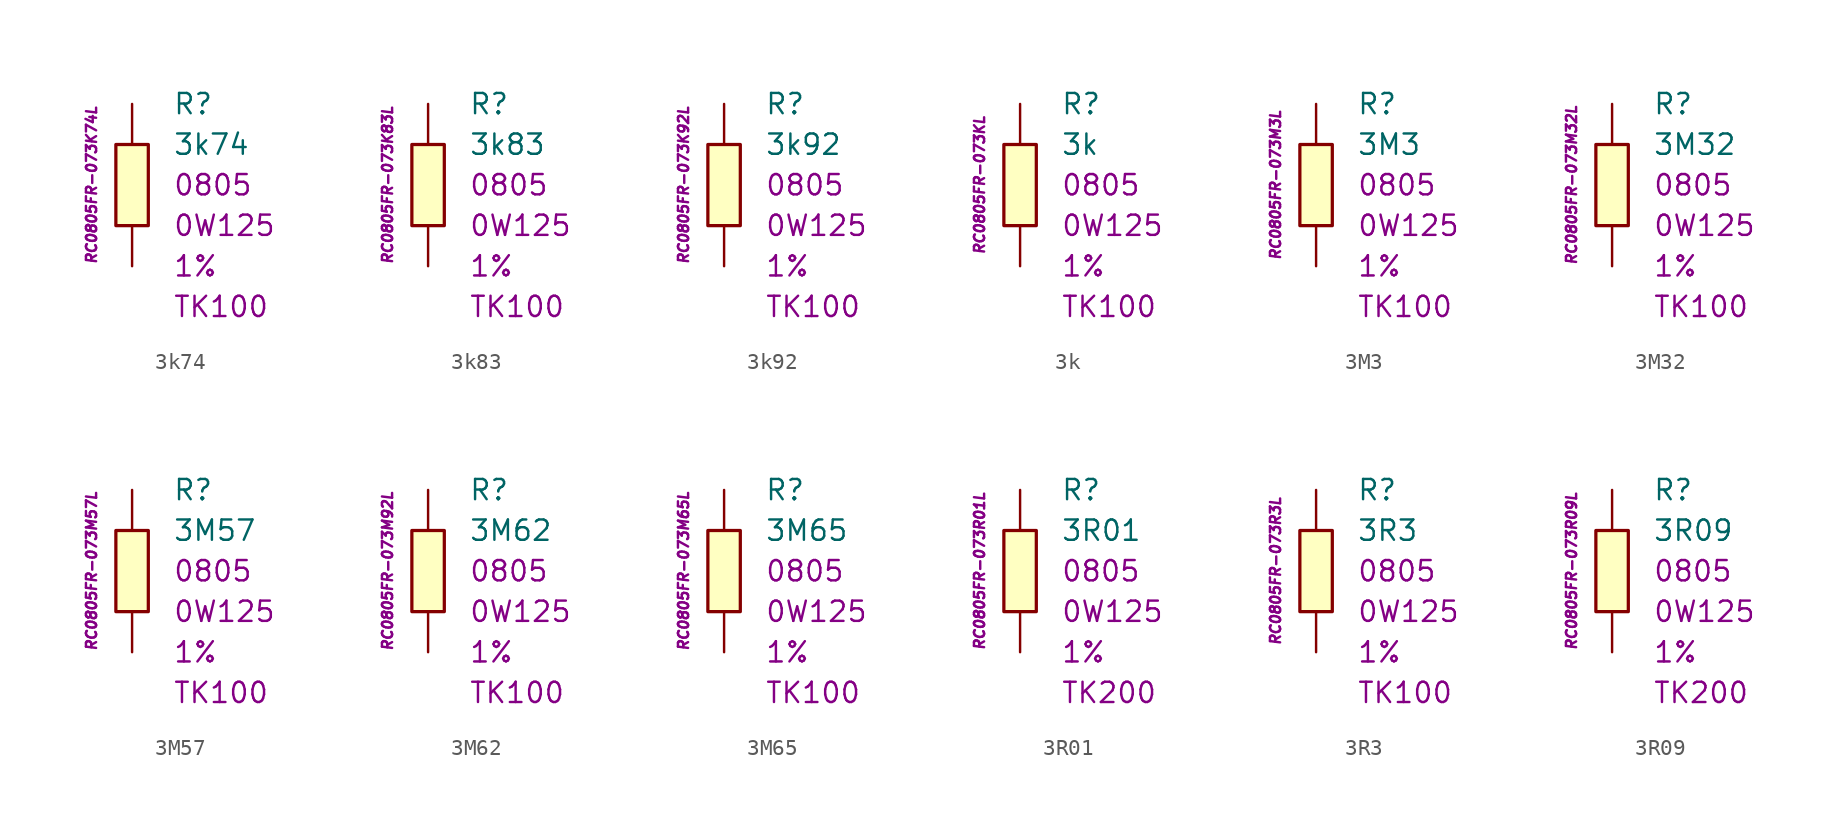
<source format=kicad_sym>
(kicad_symbol_lib
  (version 20201005)
  (generator kicad_symbol_editor)
  (symbol "3k74"
    (pin_numbers hide)
    (pin_names
      (offset 1.016) hide)
    (property "Reference" "R"
      (at 2.54 5.08 0)
      (effects (font (size 1.27 1.27)) (justify left)))
    (property "Value" "3k74"
      (at 2.54 2.54 0)
      (effects (font (size 1.27 1.27)) (justify left)))
    (property "Package" "0805"
      (at 2.54 0 0)
      (effects (font (size 1.27 1.27)) (justify left)))
    (property "Power" "0W125"
      (at 2.54 -2.54 0)
      (effects (font (size 1.27 1.27)) (justify left)))
    (property "Tolerance" "1%"
      (at 2.54 -5.08 0)
      (effects (font (size 1.27 1.27)) (justify left)))
    (property "TK" "TK100"
      (at 2.54 -7.62 0)
      (effects (font (size 1.27 1.27)) (justify left)))
    (property "ID" "RC0805FR-073K74L"
      (at -2.54 0 90)
      (effects (font (size 0.635 0.635) italic)))
    (symbol "3k74_0_1"
      (rectangle (start -1.016 2.54) (end 1.016 -2.54) (stroke (width 0.203)) (fill (type background))))
    (symbol "3k74_1_1"
      (pin passive line (at 0 5.08 270) (length 2.54) (name "~" (effects (font (size 1.778 1.778)))) (number "1" (effects (font (size 1.778 1.778)))))
      (pin passive line (at 0 -5.08 90) (length 2.54) (name "~" (effects (font (size 1.778 1.778)))) (number "2" (effects (font (size 1.778 1.778)))))))
  (symbol "3k83"
    (pin_numbers hide)
    (pin_names
      (offset 1.016) hide)
    (property "Reference" "R"
      (at 2.54 5.08 0)
      (effects (font (size 1.27 1.27)) (justify left)))
    (property "Value" "3k83"
      (at 2.54 2.54 0)
      (effects (font (size 1.27 1.27)) (justify left)))
    (property "Package" "0805"
      (at 2.54 0 0)
      (effects (font (size 1.27 1.27)) (justify left)))
    (property "Power" "0W125"
      (at 2.54 -2.54 0)
      (effects (font (size 1.27 1.27)) (justify left)))
    (property "Tolerance" "1%"
      (at 2.54 -5.08 0)
      (effects (font (size 1.27 1.27)) (justify left)))
    (property "TK" "TK100"
      (at 2.54 -7.62 0)
      (effects (font (size 1.27 1.27)) (justify left)))
    (property "ID" "RC0805FR-073K83L"
      (at -2.54 0 90)
      (effects (font (size 0.635 0.635) italic)))
    (symbol "3k83_0_1"
      (rectangle (start -1.016 2.54) (end 1.016 -2.54) (stroke (width 0.203)) (fill (type background))))
    (symbol "3k83_1_1"
      (pin passive line (at 0 5.08 270) (length 2.54) (name "~" (effects (font (size 1.778 1.778)))) (number "1" (effects (font (size 1.778 1.778)))))
      (pin passive line (at 0 -5.08 90) (length 2.54) (name "~" (effects (font (size 1.778 1.778)))) (number "2" (effects (font (size 1.778 1.778)))))))
  (symbol "3k92"
    (pin_numbers hide)
    (pin_names
      (offset 1.016) hide)
    (property "Reference" "R"
      (at 2.54 5.08 0)
      (effects (font (size 1.27 1.27)) (justify left)))
    (property "Value" "3k92"
      (at 2.54 2.54 0)
      (effects (font (size 1.27 1.27)) (justify left)))
    (property "Package" "0805"
      (at 2.54 0 0)
      (effects (font (size 1.27 1.27)) (justify left)))
    (property "Power" "0W125"
      (at 2.54 -2.54 0)
      (effects (font (size 1.27 1.27)) (justify left)))
    (property "Tolerance" "1%"
      (at 2.54 -5.08 0)
      (effects (font (size 1.27 1.27)) (justify left)))
    (property "TK" "TK100"
      (at 2.54 -7.62 0)
      (effects (font (size 1.27 1.27)) (justify left)))
    (property "ID" "RC0805FR-073K92L"
      (at -2.54 0 90)
      (effects (font (size 0.635 0.635) italic)))
    (symbol "3k92_0_1"
      (rectangle (start -1.016 2.54) (end 1.016 -2.54) (stroke (width 0.203)) (fill (type background))))
    (symbol "3k92_1_1"
      (pin passive line (at 0 5.08 270) (length 2.54) (name "~" (effects (font (size 1.778 1.778)))) (number "1" (effects (font (size 1.778 1.778)))))
      (pin passive line (at 0 -5.08 90) (length 2.54) (name "~" (effects (font (size 1.778 1.778)))) (number "2" (effects (font (size 1.778 1.778)))))))
  (symbol "3k"
    (pin_numbers hide)
    (pin_names
      (offset 1.016) hide)
    (property "Reference" "R"
      (at 2.54 5.08 0)
      (effects (font (size 1.27 1.27)) (justify left)))
    (property "Value" "3k"
      (at 2.54 2.54 0)
      (effects (font (size 1.27 1.27)) (justify left)))
    (property "Package" "0805"
      (at 2.54 0 0)
      (effects (font (size 1.27 1.27)) (justify left)))
    (property "Power" "0W125"
      (at 2.54 -2.54 0)
      (effects (font (size 1.27 1.27)) (justify left)))
    (property "Tolerance" "1%"
      (at 2.54 -5.08 0)
      (effects (font (size 1.27 1.27)) (justify left)))
    (property "TK" "TK100"
      (at 2.54 -7.62 0)
      (effects (font (size 1.27 1.27)) (justify left)))
    (property "ID" "RC0805FR-073KL"
      (at -2.54 0 90)
      (effects (font (size 0.635 0.635) italic)))
    (symbol "3k_0_1"
      (rectangle (start -1.016 2.54) (end 1.016 -2.54) (stroke (width 0.203)) (fill (type background))))
    (symbol "3k_1_1"
      (pin passive line (at 0 5.08 270) (length 2.54) (name "~" (effects (font (size 1.778 1.778)))) (number "1" (effects (font (size 1.778 1.778)))))
      (pin passive line (at 0 -5.08 90) (length 2.54) (name "~" (effects (font (size 1.778 1.778)))) (number "2" (effects (font (size 1.778 1.778)))))))
  (symbol "3M3"
    (pin_numbers hide)
    (pin_names
      (offset 1.016) hide)
    (property "Reference" "R"
      (at 2.54 5.08 0)
      (effects (font (size 1.27 1.27)) (justify left)))
    (property "Value" "3M3"
      (at 2.54 2.54 0)
      (effects (font (size 1.27 1.27)) (justify left)))
    (property "Package" "0805"
      (at 2.54 0 0)
      (effects (font (size 1.27 1.27)) (justify left)))
    (property "Power" "0W125"
      (at 2.54 -2.54 0)
      (effects (font (size 1.27 1.27)) (justify left)))
    (property "Tolerance" "1%"
      (at 2.54 -5.08 0)
      (effects (font (size 1.27 1.27)) (justify left)))
    (property "TK" "TK100"
      (at 2.54 -7.62 0)
      (effects (font (size 1.27 1.27)) (justify left)))
    (property "ID" "RC0805FR-073M3L"
      (at -2.54 0 90)
      (effects (font (size 0.635 0.635) italic)))
    (symbol "3M3_0_1"
      (rectangle (start -1.016 2.54) (end 1.016 -2.54) (stroke (width 0.203)) (fill (type background))))
    (symbol "3M3_1_1"
      (pin passive line (at 0 5.08 270) (length 2.54) (name "~" (effects (font (size 1.778 1.778)))) (number "1" (effects (font (size 1.778 1.778)))))
      (pin passive line (at 0 -5.08 90) (length 2.54) (name "~" (effects (font (size 1.778 1.778)))) (number "2" (effects (font (size 1.778 1.778)))))))
  (symbol "3M32"
    (pin_numbers hide)
    (pin_names
      (offset 1.016) hide)
    (property "Reference" "R"
      (at 2.54 5.08 0)
      (effects (font (size 1.27 1.27)) (justify left)))
    (property "Value" "3M32"
      (at 2.54 2.54 0)
      (effects (font (size 1.27 1.27)) (justify left)))
    (property "Package" "0805"
      (at 2.54 0 0)
      (effects (font (size 1.27 1.27)) (justify left)))
    (property "Power" "0W125"
      (at 2.54 -2.54 0)
      (effects (font (size 1.27 1.27)) (justify left)))
    (property "Tolerance" "1%"
      (at 2.54 -5.08 0)
      (effects (font (size 1.27 1.27)) (justify left)))
    (property "TK" "TK100"
      (at 2.54 -7.62 0)
      (effects (font (size 1.27 1.27)) (justify left)))
    (property "ID" "RC0805FR-073M32L"
      (at -2.54 0 90)
      (effects (font (size 0.635 0.635) italic)))
    (symbol "3M32_0_1"
      (rectangle (start -1.016 2.54) (end 1.016 -2.54) (stroke (width 0.203)) (fill (type background))))
    (symbol "3M32_1_1"
      (pin passive line (at 0 5.08 270) (length 2.54) (name "~" (effects (font (size 1.778 1.778)))) (number "1" (effects (font (size 1.778 1.778)))))
      (pin passive line (at 0 -5.08 90) (length 2.54) (name "~" (effects (font (size 1.778 1.778)))) (number "2" (effects (font (size 1.778 1.778)))))))
  (symbol "3M57"
    (pin_numbers hide)
    (pin_names
      (offset 1.016) hide)
    (property "Reference" "R"
      (at 2.54 5.08 0)
      (effects (font (size 1.27 1.27)) (justify left)))
    (property "Value" "3M57"
      (at 2.54 2.54 0)
      (effects (font (size 1.27 1.27)) (justify left)))
    (property "Package" "0805"
      (at 2.54 0 0)
      (effects (font (size 1.27 1.27)) (justify left)))
    (property "Power" "0W125"
      (at 2.54 -2.54 0)
      (effects (font (size 1.27 1.27)) (justify left)))
    (property "Tolerance" "1%"
      (at 2.54 -5.08 0)
      (effects (font (size 1.27 1.27)) (justify left)))
    (property "TK" "TK100"
      (at 2.54 -7.62 0)
      (effects (font (size 1.27 1.27)) (justify left)))
    (property "ID" "RC0805FR-073M57L"
      (at -2.54 0 90)
      (effects (font (size 0.635 0.635) italic)))
    (symbol "3M57_0_1"
      (rectangle (start -1.016 2.54) (end 1.016 -2.54) (stroke (width 0.203)) (fill (type background))))
    (symbol "3M57_1_1"
      (pin passive line (at 0 5.08 270) (length 2.54) (name "~" (effects (font (size 1.778 1.778)))) (number "1" (effects (font (size 1.778 1.778)))))
      (pin passive line (at 0 -5.08 90) (length 2.54) (name "~" (effects (font (size 1.778 1.778)))) (number "2" (effects (font (size 1.778 1.778)))))))
  (symbol "3M62"
    (pin_numbers hide)
    (pin_names
      (offset 1.016) hide)
    (property "Reference" "R"
      (at 2.54 5.08 0)
      (effects (font (size 1.27 1.27)) (justify left)))
    (property "Value" "3M62"
      (at 2.54 2.54 0)
      (effects (font (size 1.27 1.27)) (justify left)))
    (property "Package" "0805"
      (at 2.54 0 0)
      (effects (font (size 1.27 1.27)) (justify left)))
    (property "Power" "0W125"
      (at 2.54 -2.54 0)
      (effects (font (size 1.27 1.27)) (justify left)))
    (property "Tolerance" "1%"
      (at 2.54 -5.08 0)
      (effects (font (size 1.27 1.27)) (justify left)))
    (property "TK" "TK100"
      (at 2.54 -7.62 0)
      (effects (font (size 1.27 1.27)) (justify left)))
    (property "ID" "RC0805FR-073M92L"
      (at -2.54 0 90)
      (effects (font (size 0.635 0.635) italic)))
    (symbol "3M62_0_1"
      (rectangle (start -1.016 2.54) (end 1.016 -2.54) (stroke (width 0.203)) (fill (type background))))
    (symbol "3M62_1_1"
      (pin passive line (at 0 5.08 270) (length 2.54) (name "~" (effects (font (size 1.778 1.778)))) (number "1" (effects (font (size 1.778 1.778)))))
      (pin passive line (at 0 -5.08 90) (length 2.54) (name "~" (effects (font (size 1.778 1.778)))) (number "2" (effects (font (size 1.778 1.778)))))))
  (symbol "3M65"
    (pin_numbers hide)
    (pin_names
      (offset 1.016) hide)
    (property "Reference" "R"
      (at 2.54 5.08 0)
      (effects (font (size 1.27 1.27)) (justify left)))
    (property "Value" "3M65"
      (at 2.54 2.54 0)
      (effects (font (size 1.27 1.27)) (justify left)))
    (property "Package" "0805"
      (at 2.54 0 0)
      (effects (font (size 1.27 1.27)) (justify left)))
    (property "Power" "0W125"
      (at 2.54 -2.54 0)
      (effects (font (size 1.27 1.27)) (justify left)))
    (property "Tolerance" "1%"
      (at 2.54 -5.08 0)
      (effects (font (size 1.27 1.27)) (justify left)))
    (property "TK" "TK100"
      (at 2.54 -7.62 0)
      (effects (font (size 1.27 1.27)) (justify left)))
    (property "ID" "RC0805FR-073M65L"
      (at -2.54 0 90)
      (effects (font (size 0.635 0.635) italic)))
    (symbol "3M65_0_1"
      (rectangle (start -1.016 2.54) (end 1.016 -2.54) (stroke (width 0.203)) (fill (type background))))
    (symbol "3M65_1_1"
      (pin passive line (at 0 5.08 270) (length 2.54) (name "~" (effects (font (size 1.778 1.778)))) (number "1" (effects (font (size 1.778 1.778)))))
      (pin passive line (at 0 -5.08 90) (length 2.54) (name "~" (effects (font (size 1.778 1.778)))) (number "2" (effects (font (size 1.778 1.778)))))))
  (symbol "3R01"
    (pin_numbers hide)
    (pin_names
      (offset 1.016) hide)
    (property "Reference" "R"
      (at 2.54 5.08 0)
      (effects (font (size 1.27 1.27)) (justify left)))
    (property "Value" "3R01"
      (at 2.54 2.54 0)
      (effects (font (size 1.27 1.27)) (justify left)))
    (property "Package" "0805"
      (at 2.54 0 0)
      (effects (font (size 1.27 1.27)) (justify left)))
    (property "Power" "0W125"
      (at 2.54 -2.54 0)
      (effects (font (size 1.27 1.27)) (justify left)))
    (property "Tolerance" "1%"
      (at 2.54 -5.08 0)
      (effects (font (size 1.27 1.27)) (justify left)))
    (property "TK" "TK200"
      (at 2.54 -7.62 0)
      (effects (font (size 1.27 1.27)) (justify left)))
    (property "ID" "RC0805FR-073R01L"
      (at -2.54 0 90)
      (effects (font (size 0.635 0.635) italic)))
    (symbol "3R01_0_1"
      (rectangle (start -1.016 2.54) (end 1.016 -2.54) (stroke (width 0.203)) (fill (type background))))
    (symbol "3R01_1_1"
      (pin passive line (at 0 5.08 270) (length 2.54) (name "~" (effects (font (size 1.778 1.778)))) (number "1" (effects (font (size 1.778 1.778)))))
      (pin passive line (at 0 -5.08 90) (length 2.54) (name "~" (effects (font (size 1.778 1.778)))) (number "2" (effects (font (size 1.778 1.778)))))))
  (symbol "3R3"
    (pin_numbers hide)
    (pin_names
      (offset 1.016) hide)
    (property "Reference" "R"
      (at 2.54 5.08 0)
      (effects (font (size 1.27 1.27)) (justify left)))
    (property "Value" "3R3"
      (at 2.54 2.54 0)
      (effects (font (size 1.27 1.27)) (justify left)))
    (property "Package" "0805"
      (at 2.54 0 0)
      (effects (font (size 1.27 1.27)) (justify left)))
    (property "Power" "0W125"
      (at 2.54 -2.54 0)
      (effects (font (size 1.27 1.27)) (justify left)))
    (property "Tolerance" "1%"
      (at 2.54 -5.08 0)
      (effects (font (size 1.27 1.27)) (justify left)))
    (property "TK" "TK100"
      (at 2.54 -7.62 0)
      (effects (font (size 1.27 1.27)) (justify left)))
    (property "ID" "RC0805FR-073R3L"
      (at -2.54 0 90)
      (effects (font (size 0.635 0.635) italic)))
    (symbol "3R3_0_1"
      (rectangle (start -1.016 2.54) (end 1.016 -2.54) (stroke (width 0.203)) (fill (type background))))
    (symbol "3R3_1_1"
      (pin passive line (at 0 5.08 270) (length 2.54) (name "~" (effects (font (size 1.778 1.778)))) (number "1" (effects (font (size 1.778 1.778)))))
      (pin passive line (at 0 -5.08 90) (length 2.54) (name "~" (effects (font (size 1.778 1.778)))) (number "2" (effects (font (size 1.778 1.778)))))))
  (symbol "3R09"
    (pin_numbers hide)
    (pin_names
      (offset 1.016) hide)
    (property "Reference" "R"
      (at 2.54 5.08 0)
      (effects (font (size 1.27 1.27)) (justify left)))
    (property "Value" "3R09"
      (at 2.54 2.54 0)
      (effects (font (size 1.27 1.27)) (justify left)))
    (property "Package" "0805"
      (at 2.54 0 0)
      (effects (font (size 1.27 1.27)) (justify left)))
    (property "Power" "0W125"
      (at 2.54 -2.54 0)
      (effects (font (size 1.27 1.27)) (justify left)))
    (property "Tolerance" "1%"
      (at 2.54 -5.08 0)
      (effects (font (size 1.27 1.27)) (justify left)))
    (property "TK" "TK200"
      (at 2.54 -7.62 0)
      (effects (font (size 1.27 1.27)) (justify left)))
    (property "ID" "RC0805FR-073R09L"
      (at -2.54 0 90)
      (effects (font (size 0.635 0.635) italic)))
    (symbol "3R09_0_1"
      (rectangle (start -1.016 2.54) (end 1.016 -2.54) (stroke (width 0.203)) (fill (type background))))
    (symbol "3R09_1_1"
      (pin passive line (at 0 5.08 270) (length 2.54) (name "~" (effects (font (size 1.778 1.778)))) (number "1" (effects (font (size 1.778 1.778)))))
      (pin passive line (at 0 -5.08 90) (length 2.54) (name "~" (effects (font (size 1.778 1.778)))) (number "2" (effects (font (size 1.778 1.778))))))))
</source>
